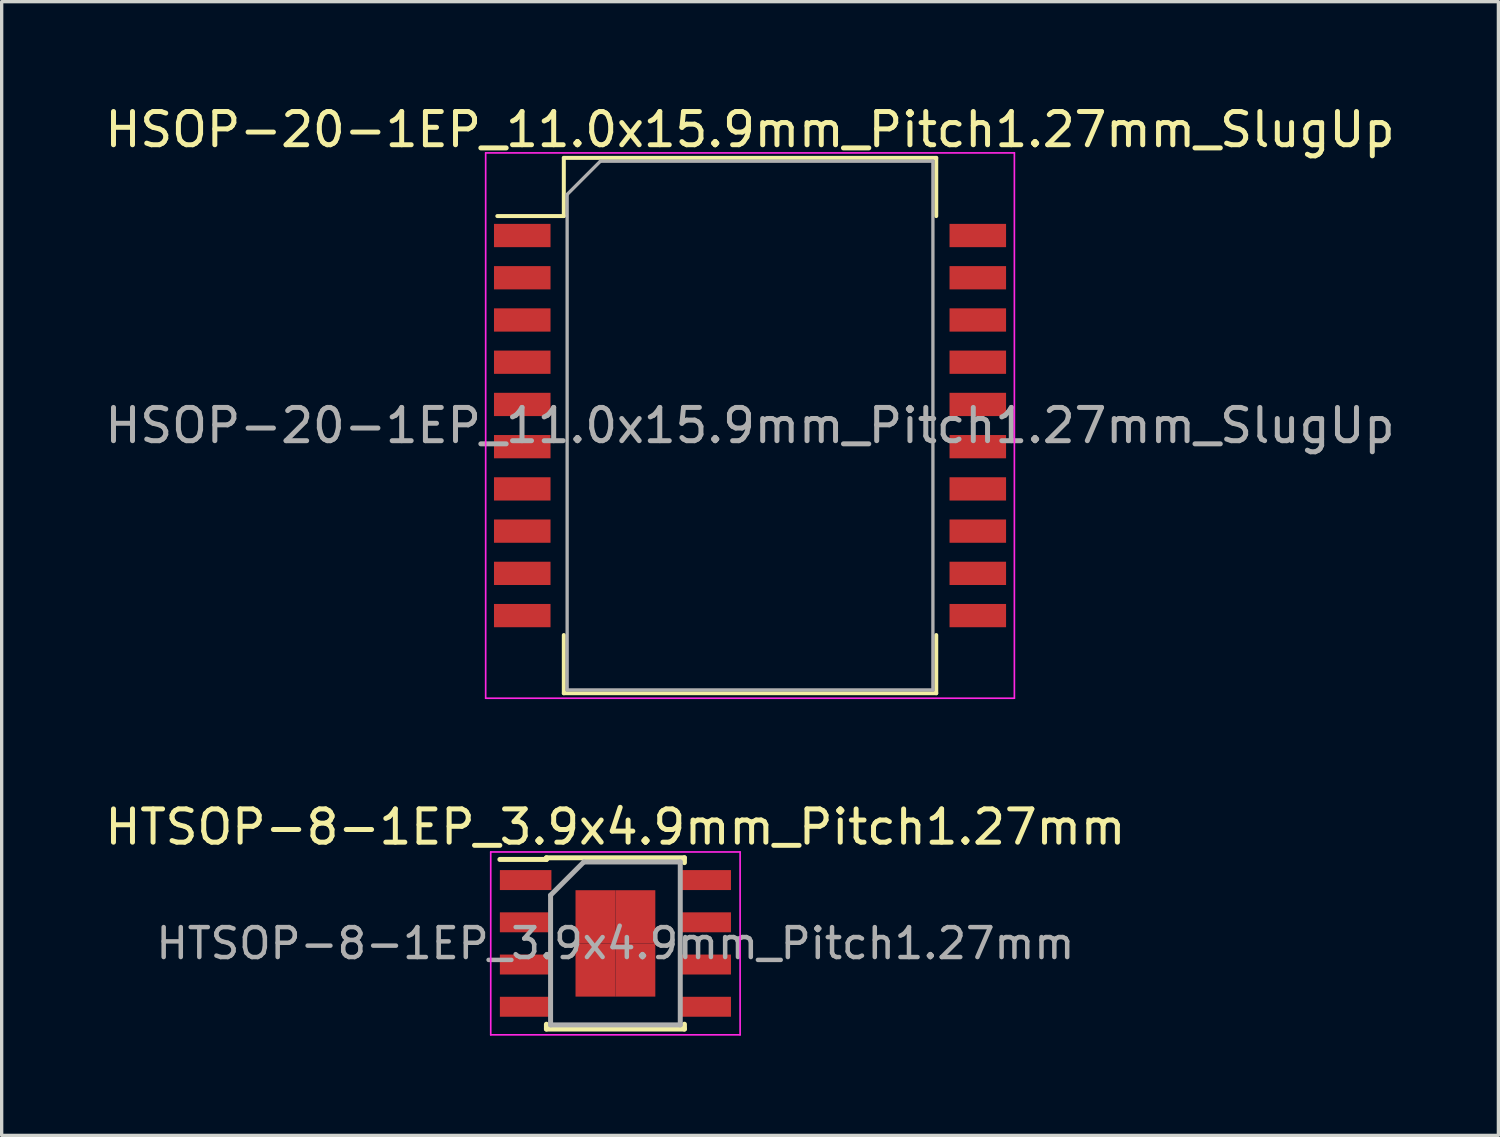
<source format=kicad_pcb>
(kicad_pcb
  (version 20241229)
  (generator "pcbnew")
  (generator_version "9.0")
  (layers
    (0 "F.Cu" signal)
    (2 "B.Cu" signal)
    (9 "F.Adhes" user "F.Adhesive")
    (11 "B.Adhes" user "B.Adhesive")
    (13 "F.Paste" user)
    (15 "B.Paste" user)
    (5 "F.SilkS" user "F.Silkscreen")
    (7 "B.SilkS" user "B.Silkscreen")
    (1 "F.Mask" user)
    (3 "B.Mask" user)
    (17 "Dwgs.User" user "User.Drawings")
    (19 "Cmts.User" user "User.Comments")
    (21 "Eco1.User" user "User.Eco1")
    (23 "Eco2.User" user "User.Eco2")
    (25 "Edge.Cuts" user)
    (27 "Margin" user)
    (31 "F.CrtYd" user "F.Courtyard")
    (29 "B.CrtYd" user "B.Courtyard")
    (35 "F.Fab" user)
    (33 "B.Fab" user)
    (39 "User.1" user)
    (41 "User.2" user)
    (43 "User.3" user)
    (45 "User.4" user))
  (footprint "HTSOP-8-1EP_3.9x4.9mm_Pitch1.27mm"
    (layer "F.Cu")
    (at 15.458 25.322)
    (property "Reference" "HTSOP-8-1EP_3.9x4.9mm_Pitch1.27mm" (at 0 -3.5 0) (layer "F.SilkS") (effects (font (size 1 1) (thickness 0.15))))
    (attr smd)
    (fp_line (start -2.075 -2.575) (end -2.075 -2.525) (stroke (width 0.15) (type solid)) (layer "F.SilkS"))
    (fp_line (start -2.075 -2.575) (end 2.075 -2.575) (stroke (width 0.15) (type solid)) (layer "F.SilkS"))
    (fp_line (start -2.075 -2.525) (end -3.475 -2.525) (stroke (width 0.15) (type solid)) (layer "F.SilkS"))
    (fp_line (start -2.075 2.575) (end -2.075 2.43) (stroke (width 0.15) (type solid)) (layer "F.SilkS"))
    (fp_line (start -2.075 2.575) (end 2.075 2.575) (stroke (width 0.15) (type solid)) (layer "F.SilkS"))
    (fp_line (start 2.075 -2.575) (end 2.075 -2.43) (stroke (width 0.15) (type solid)) (layer "F.SilkS"))
    (fp_line (start 2.075 2.575) (end 2.075 2.43) (stroke (width 0.15) (type solid)) (layer "F.SilkS"))
    (fp_line (start -3.75 -2.75) (end -3.75 2.75) (stroke (width 0.05) (type solid)) (layer "F.CrtYd"))
    (fp_line (start -3.75 -2.75) (end 3.75 -2.75) (stroke (width 0.05) (type solid)) (layer "F.CrtYd"))
    (fp_line (start -3.75 2.75) (end 3.75 2.75) (stroke (width 0.05) (type solid)) (layer "F.CrtYd"))
    (fp_line (start 3.75 -2.75) (end 3.75 2.75) (stroke (width 0.05) (type solid)) (layer "F.CrtYd"))
    (fp_line (start -1.95 -1.45) (end -0.95 -2.45) (stroke (width 0.15) (type solid)) (layer "F.Fab"))
    (fp_line (start -1.95 2.45) (end -1.95 -1.45) (stroke (width 0.15) (type solid)) (layer "F.Fab"))
    (fp_line (start -0.95 -2.45) (end 1.95 -2.45) (stroke (width 0.15) (type solid)) (layer "F.Fab"))
    (fp_line (start 1.95 -2.45) (end 1.95 2.45) (stroke (width 0.15) (type solid)) (layer "F.Fab"))
    (fp_line (start 1.95 2.45) (end -1.95 2.45) (stroke (width 0.15) (type solid)) (layer "F.Fab"))
    (fp_text user "${REFERENCE}" (at 0 0 0) (layer "F.Fab") (effects (font (size 0.9 0.9) (thickness 0.135))))
    (pad "1" smd rect (at -2.7 -1.905) (size 1.55 0.6) (layers "F.Cu" "F.Mask" "F.Paste"))
    (pad "2" smd rect (at -2.7 -0.635) (size 1.55 0.6) (layers "F.Cu" "F.Mask" "F.Paste"))
    (pad "3" smd rect (at -2.7 0.635) (size 1.55 0.6) (layers "F.Cu" "F.Mask" "F.Paste"))
    (pad "4" smd rect (at -2.7 1.905) (size 1.55 0.6) (layers "F.Cu" "F.Mask" "F.Paste"))
    (pad "5" smd rect (at 2.7 1.905) (size 1.55 0.6) (layers "F.Cu" "F.Mask" "F.Paste"))
    (pad "6" smd rect (at 2.7 0.635) (size 1.55 0.6) (layers "F.Cu" "F.Mask" "F.Paste"))
    (pad "7" smd rect (at 2.7 -0.635) (size 1.55 0.6) (layers "F.Cu" "F.Mask" "F.Paste"))
    (pad "8" smd rect (at 2.7 -1.905) (size 1.55 0.6) (layers "F.Cu" "F.Mask" "F.Paste"))
    (pad "9" smd rect (at -0.6 -0.8) (size 1.2 1.6) (layers "F.Cu" "F.Mask" "F.Paste"))
    (pad "9" smd rect (at -0.6 0.8) (size 1.2 1.6) (layers "F.Cu" "F.Mask" "F.Paste"))
    (pad "9" smd rect (at 0.6 -0.8) (size 1.2 1.6) (layers "F.Cu" "F.Mask" "F.Paste"))
    (pad "9" smd rect (at 0.6 0.8) (size 1.2 1.6) (layers "F.Cu" "F.Mask" "F.Paste")))
  (footprint "HSOP-20-1EP_11.0x15.9mm_Pitch1.27mm_SlugUp"
    (layer "F.Cu")
    (at 19.506 9.748)
    (property "Reference" "HSOP-20-1EP_11.0x15.9mm_Pitch1.27mm_SlugUp" (at 0 -8.9 0) (layer "F.SilkS") (effects (font (size 1 1) (thickness 0.15))))
    (attr smd)
    (fp_line (start -5.6 -8.05) (end -5.6 -6.3) (stroke (width 0.12) (type solid)) (layer "F.SilkS"))
    (fp_line (start -5.6 -6.3) (end -7.6 -6.3) (stroke (width 0.12) (type solid)) (layer "F.SilkS"))
    (fp_line (start -5.6 8.05) (end -5.6 6.3) (stroke (width 0.12) (type solid)) (layer "F.SilkS"))
    (fp_line (start 5.6 -8.05) (end -5.6 -8.05) (stroke (width 0.12) (type solid)) (layer "F.SilkS"))
    (fp_line (start 5.6 -8.05) (end 5.6 -6.3) (stroke (width 0.12) (type solid)) (layer "F.SilkS"))
    (fp_line (start 5.6 8.05) (end -5.6 8.05) (stroke (width 0.12) (type solid)) (layer "F.SilkS"))
    (fp_line (start 5.6 8.05) (end 5.6 6.3) (stroke (width 0.12) (type solid)) (layer "F.SilkS"))
    (fp_line (start -7.95 -8.2) (end -7.95 8.2) (stroke (width 0.05) (type solid)) (layer "F.CrtYd"))
    (fp_line (start -7.95 -8.2) (end 7.95 -8.2) (stroke (width 0.05) (type solid)) (layer "F.CrtYd"))
    (fp_line (start 7.95 8.2) (end -7.95 8.2) (stroke (width 0.05) (type solid)) (layer "F.CrtYd"))
    (fp_line (start 7.95 8.2) (end 7.95 -8.2) (stroke (width 0.05) (type solid)) (layer "F.CrtYd"))
    (fp_line (start -5.5 -6.95) (end -5.5 7.95) (stroke (width 0.1) (type solid)) (layer "F.Fab"))
    (fp_line (start -5.5 7.95) (end 5.5 7.95) (stroke (width 0.1) (type solid)) (layer "F.Fab"))
    (fp_line (start -4.5 -7.95) (end -5.5 -6.95) (stroke (width 0.1) (type solid)) (layer "F.Fab"))
    (fp_line (start 5.5 -7.95) (end -4.5 -7.95) (stroke (width 0.1) (type solid)) (layer "F.Fab"))
    (fp_line (start 5.5 7.95) (end 5.5 -7.95) (stroke (width 0.1) (type solid)) (layer "F.Fab"))
    (fp_text user "${REFERENCE}" (at 0 0 0) (layer "F.Fab") (effects (font (size 1 1) (thickness 0.15))))
    (pad "1" smd rect (at -6.85 -5.715) (size 1.7 0.7) (layers "F.Cu" "F.Mask" "F.Paste"))
    (pad "2" smd rect (at -6.85 -4.445) (size 1.7 0.7) (layers "F.Cu" "F.Mask" "F.Paste"))
    (pad "3" smd rect (at -6.85 -3.175) (size 1.7 0.7) (layers "F.Cu" "F.Mask" "F.Paste"))
    (pad "4" smd rect (at -6.85 -1.905) (size 1.7 0.7) (layers "F.Cu" "F.Mask" "F.Paste"))
    (pad "5" smd rect (at -6.85 -0.635) (size 1.7 0.7) (layers "F.Cu" "F.Mask" "F.Paste"))
    (pad "6" smd rect (at -6.85 0.635) (size 1.7 0.7) (layers "F.Cu" "F.Mask" "F.Paste"))
    (pad "7" smd rect (at -6.85 1.905) (size 1.7 0.7) (layers "F.Cu" "F.Mask" "F.Paste"))
    (pad "8" smd rect (at -6.85 3.175) (size 1.7 0.7) (layers "F.Cu" "F.Mask" "F.Paste"))
    (pad "9" smd rect (at -6.85 4.445) (size 1.7 0.7) (layers "F.Cu" "F.Mask" "F.Paste"))
    (pad "10" smd rect (at -6.85 5.715) (size 1.7 0.7) (layers "F.Cu" "F.Mask" "F.Paste"))
    (pad "11" smd rect (at 6.85 5.715) (size 1.7 0.7) (layers "F.Cu" "F.Mask" "F.Paste"))
    (pad "12" smd rect (at 6.85 4.445) (size 1.7 0.7) (layers "F.Cu" "F.Mask" "F.Paste"))
    (pad "13" smd rect (at 6.85 3.175) (size 1.7 0.7) (layers "F.Cu" "F.Mask" "F.Paste"))
    (pad "14" smd rect (at 6.85 1.905) (size 1.7 0.7) (layers "F.Cu" "F.Mask" "F.Paste"))
    (pad "15" smd rect (at 6.85 0.635) (size 1.7 0.7) (layers "F.Cu" "F.Mask" "F.Paste"))
    (pad "16" smd rect (at 6.85 -0.635) (size 1.7 0.7) (layers "F.Cu" "F.Mask" "F.Paste"))
    (pad "17" smd rect (at 6.85 -1.905) (size 1.7 0.7) (layers "F.Cu" "F.Mask" "F.Paste"))
    (pad "18" smd rect (at 6.85 -3.175) (size 1.7 0.7) (layers "F.Cu" "F.Mask" "F.Paste"))
    (pad "19" smd rect (at 6.85 -4.445) (size 1.7 0.7) (layers "F.Cu" "F.Mask" "F.Paste"))
    (pad "20" smd rect (at 6.85 -5.715) (size 1.7 0.7) (layers "F.Cu" "F.Mask" "F.Paste")))
  (gr_rect
    (start -3 -3)
    (end 42.012 31.096)
    (stroke (width 0.1) (type default))
    (fill no)
    (layer "Edge.Cuts")))
</source>
